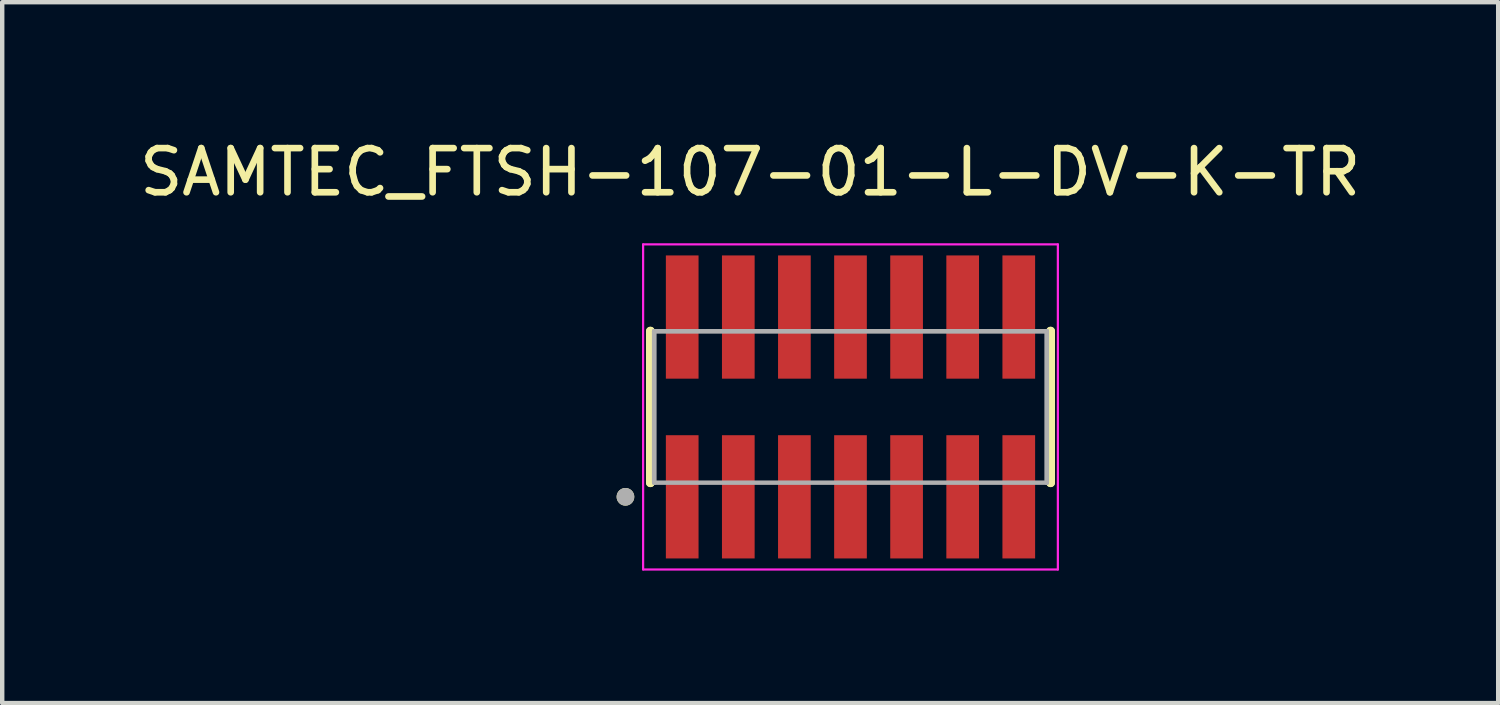
<source format=kicad_pcb>
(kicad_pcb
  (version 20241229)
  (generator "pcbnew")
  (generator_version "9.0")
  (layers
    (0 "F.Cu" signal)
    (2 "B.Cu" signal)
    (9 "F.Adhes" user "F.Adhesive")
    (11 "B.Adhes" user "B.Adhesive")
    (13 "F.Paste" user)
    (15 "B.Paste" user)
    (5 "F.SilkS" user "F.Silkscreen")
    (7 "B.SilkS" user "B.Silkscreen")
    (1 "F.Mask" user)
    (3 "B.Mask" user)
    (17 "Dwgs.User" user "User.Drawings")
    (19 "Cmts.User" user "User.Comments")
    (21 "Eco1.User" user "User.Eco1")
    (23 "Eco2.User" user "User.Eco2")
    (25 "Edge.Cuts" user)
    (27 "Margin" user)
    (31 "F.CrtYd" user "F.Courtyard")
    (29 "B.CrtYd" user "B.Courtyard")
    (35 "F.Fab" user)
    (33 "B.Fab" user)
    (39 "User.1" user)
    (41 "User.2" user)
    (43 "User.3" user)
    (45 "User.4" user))
  (footprint "SAMTEC_FTSH-107-01-L-DV-K-TR"
    (layer "F.Cu")
    (at 16.205 6.163)
    (property "Reference" "SAMTEC_FTSH-107-01-L-DV-K-TR" (at -2.27 -5.315 0) (layer "F.SilkS") (effects (font (size 1 1) (thickness 0.15))))
    (attr through_hole)
    (fp_line (start -4.53 -1.715) (end -4.53 -1.715) (stroke (width 0.2) (type solid)) (layer "F.SilkS"))
    (fp_line (start -4.53 1.715) (end -4.53 -1.715) (stroke (width 0.2) (type solid)) (layer "F.SilkS"))
    (fp_line (start -4.53 1.715) (end -4.53 1.715) (stroke (width 0.2) (type solid)) (layer "F.SilkS"))
    (fp_line (start 4.53 -1.715) (end 4.53 -1.715) (stroke (width 0.2) (type solid)) (layer "F.SilkS"))
    (fp_line (start 4.53 -1.715) (end 4.53 1.715) (stroke (width 0.2) (type solid)) (layer "F.SilkS"))
    (fp_line (start 4.53 1.715) (end 4.53 1.715) (stroke (width 0.2) (type solid)) (layer "F.SilkS"))
    (fp_circle (center -5.095 2.035) (end -4.995 2.035) (stroke (width 0.2) (type solid)) (fill no) (layer "F.SilkS"))
    (fp_line (start -4.695 -3.68) (end 4.695 -3.68) (stroke (width 0.05) (type solid)) (layer "F.CrtYd"))
    (fp_line (start -4.695 3.68) (end -4.695 -3.68) (stroke (width 0.05) (type solid)) (layer "F.CrtYd"))
    (fp_line (start 4.695 -3.68) (end 4.695 3.68) (stroke (width 0.05) (type solid)) (layer "F.CrtYd"))
    (fp_line (start 4.695 3.68) (end -4.695 3.68) (stroke (width 0.05) (type solid)) (layer "F.CrtYd"))
    (fp_line (start -4.445 -1.715) (end 4.445 -1.715) (stroke (width 0.1) (type solid)) (layer "F.Fab"))
    (fp_line (start -4.445 -1.715) (end 4.445 -1.715) (stroke (width 0.1) (type solid)) (layer "F.Fab"))
    (fp_line (start -4.445 1.715) (end -4.445 -1.715) (stroke (width 0.1) (type solid)) (layer "F.Fab"))
    (fp_line (start -4.445 1.715) (end -4.445 -1.715) (stroke (width 0.1) (type solid)) (layer "F.Fab"))
    (fp_line (start 4.445 -1.715) (end 4.445 1.715) (stroke (width 0.1) (type solid)) (layer "F.Fab"))
    (fp_line (start 4.445 -1.715) (end 4.445 1.715) (stroke (width 0.1) (type solid)) (layer "F.Fab"))
    (fp_line (start 4.445 1.715) (end -4.445 1.715) (stroke (width 0.1) (type solid)) (layer "F.Fab"))
    (fp_circle (center -5.095 2.035) (end -4.995 2.035) (stroke (width 0.2) (type solid)) (fill no) (layer "F.Fab"))
    (pad "01" smd rect (at -3.81 2.035) (size 0.74 2.79) (layers "F.Cu" "F.Mask" "F.Paste"))
    (pad "02" smd rect (at -3.81 -2.035) (size 0.74 2.79) (layers "F.Cu" "F.Mask" "F.Paste"))
    (pad "03" smd rect (at -2.54 2.035) (size 0.74 2.79) (layers "F.Cu" "F.Mask" "F.Paste"))
    (pad "04" smd rect (at -2.54 -2.035) (size 0.74 2.79) (layers "F.Cu" "F.Mask" "F.Paste"))
    (pad "05" smd rect (at -1.27 2.035) (size 0.74 2.79) (layers "F.Cu" "F.Mask" "F.Paste"))
    (pad "06" smd rect (at -1.27 -2.035) (size 0.74 2.79) (layers "F.Cu" "F.Mask" "F.Paste"))
    (pad "07" smd rect (at 0 2.035) (size 0.74 2.79) (layers "F.Cu" "F.Mask" "F.Paste"))
    (pad "08" smd rect (at 0 -2.035) (size 0.74 2.79) (layers "F.Cu" "F.Mask" "F.Paste"))
    (pad "09" smd rect (at 1.27 2.035) (size 0.74 2.79) (layers "F.Cu" "F.Mask" "F.Paste"))
    (pad "10" smd rect (at 1.27 -2.035) (size 0.74 2.79) (layers "F.Cu" "F.Mask" "F.Paste"))
    (pad "11" smd rect (at 2.54 2.035) (size 0.74 2.79) (layers "F.Cu" "F.Mask" "F.Paste"))
    (pad "12" smd rect (at 2.54 -2.035) (size 0.74 2.79) (layers "F.Cu" "F.Mask" "F.Paste"))
    (pad "13" smd rect (at 3.81 2.035) (size 0.74 2.79) (layers "F.Cu" "F.Mask" "F.Paste"))
    (pad "14" smd rect (at 3.81 -2.035) (size 0.74 2.79) (layers "F.Cu" "F.Mask" "F.Paste")))
  (gr_rect
    (start -3 -3)
    (end 30.869 12.868)
    (stroke (width 0.1) (type default))
    (fill no)
    (layer "Edge.Cuts")))
</source>
